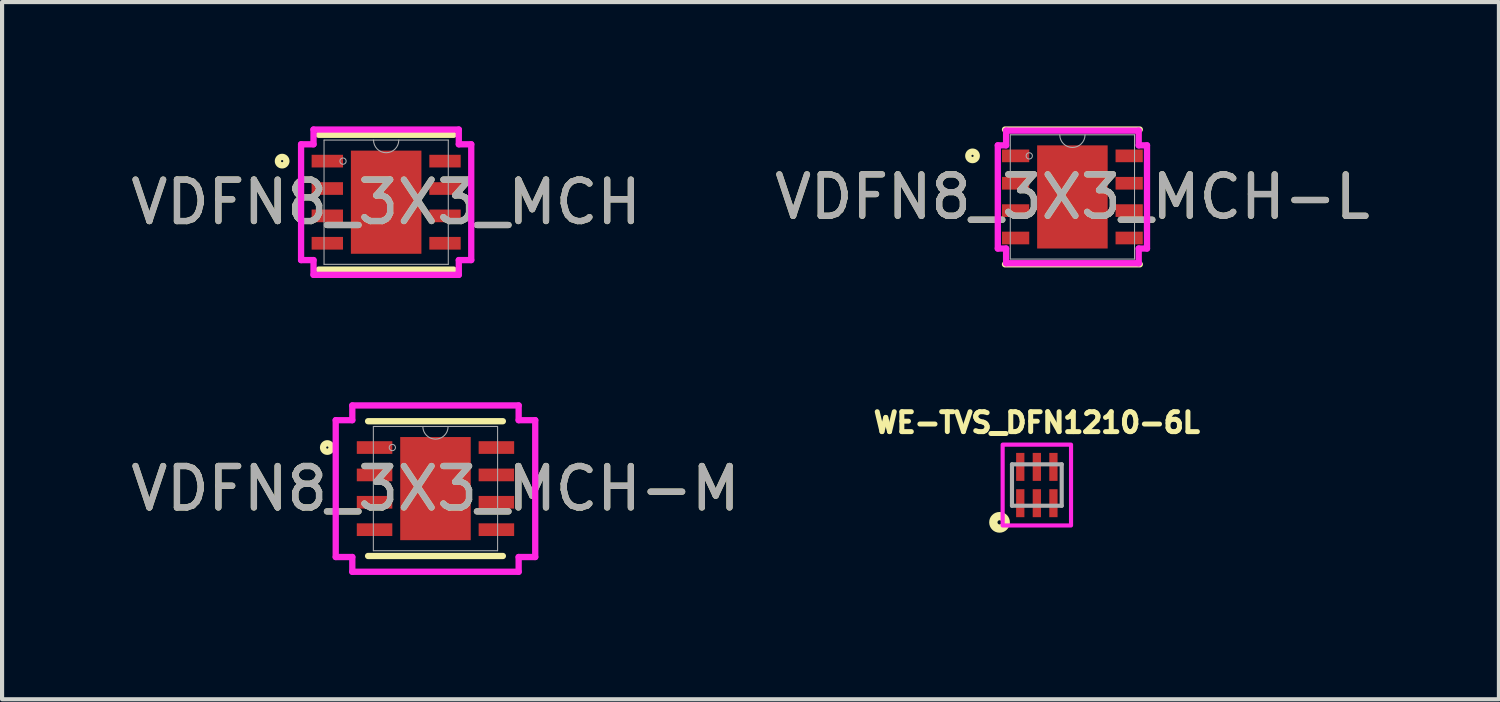
<source format=kicad_pcb>
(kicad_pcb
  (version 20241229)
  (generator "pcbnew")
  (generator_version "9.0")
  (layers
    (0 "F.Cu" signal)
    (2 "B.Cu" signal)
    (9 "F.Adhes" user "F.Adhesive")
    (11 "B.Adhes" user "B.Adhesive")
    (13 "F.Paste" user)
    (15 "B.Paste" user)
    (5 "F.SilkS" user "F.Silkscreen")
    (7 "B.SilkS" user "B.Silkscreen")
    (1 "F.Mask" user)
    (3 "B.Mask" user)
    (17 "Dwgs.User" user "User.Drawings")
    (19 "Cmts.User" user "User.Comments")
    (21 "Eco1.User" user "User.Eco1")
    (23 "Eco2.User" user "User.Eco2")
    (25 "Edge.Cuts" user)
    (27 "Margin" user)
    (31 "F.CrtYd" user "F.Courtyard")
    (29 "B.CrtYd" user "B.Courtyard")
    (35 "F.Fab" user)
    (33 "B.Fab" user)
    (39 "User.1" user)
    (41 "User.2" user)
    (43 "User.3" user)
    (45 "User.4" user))
  (footprint "VDFN8_3X3_MCH"
    (layer "F.Cu")
    (at 6.268 1.829)
    (property "Reference" "VDFN8_3X3_MCH" (at 0 0 0) (unlocked yes) (layer "F.SilkS") (effects (font (size 1 1) (thickness 0.15))))
    (attr smd)
    (fp_line (start -1.626 1.626) (end 1.626 1.626) (stroke (width 0.152) (type solid)) (layer "F.SilkS"))
    (fp_line (start 1.626 -1.626) (end -1.626 -1.626) (stroke (width 0.152) (type solid)) (layer "F.SilkS"))
    (fp_circle (center -2.51 -0.991) (end -2.408 -0.991) (stroke (width 0.152) (type solid)) (fill no) (layer "F.SilkS"))
    (fp_line (start -2.053 -1.397) (end -1.753 -1.397) (stroke (width 0.152) (type solid)) (layer "F.CrtYd"))
    (fp_line (start -2.053 1.397) (end -2.053 -1.397) (stroke (width 0.152) (type solid)) (layer "F.CrtYd"))
    (fp_line (start -2.053 1.397) (end -1.753 1.397) (stroke (width 0.152) (type solid)) (layer "F.CrtYd"))
    (fp_line (start -1.753 -1.753) (end 1.753 -1.753) (stroke (width 0.152) (type solid)) (layer "F.CrtYd"))
    (fp_line (start -1.753 -1.397) (end -1.753 -1.753) (stroke (width 0.152) (type solid)) (layer "F.CrtYd"))
    (fp_line (start -1.753 1.753) (end -1.753 1.397) (stroke (width 0.152) (type solid)) (layer "F.CrtYd"))
    (fp_line (start 1.753 -1.753) (end 1.753 -1.397) (stroke (width 0.152) (type solid)) (layer "F.CrtYd"))
    (fp_line (start 1.753 1.397) (end 1.753 1.753) (stroke (width 0.152) (type solid)) (layer "F.CrtYd"))
    (fp_line (start 1.753 1.753) (end -1.753 1.753) (stroke (width 0.152) (type solid)) (layer "F.CrtYd"))
    (fp_line (start 2.053 -1.397) (end 1.753 -1.397) (stroke (width 0.152) (type solid)) (layer "F.CrtYd"))
    (fp_line (start 2.053 -1.397) (end 2.053 1.397) (stroke (width 0.152) (type solid)) (layer "F.CrtYd"))
    (fp_line (start 2.053 1.397) (end 1.753 1.397) (stroke (width 0.152) (type solid)) (layer "F.CrtYd"))
    (fp_line (start -1.499 -1.499) (end -1.499 1.499) (stroke (width 0.025) (type solid)) (layer "F.Fab"))
    (fp_line (start -1.499 1.499) (end 1.499 1.499) (stroke (width 0.025) (type solid)) (layer "F.Fab"))
    (fp_line (start 1.499 -1.499) (end -1.499 -1.499) (stroke (width 0.025) (type solid)) (layer "F.Fab"))
    (fp_line (start 1.499 1.499) (end 1.499 -1.499) (stroke (width 0.025) (type solid)) (layer "F.Fab"))
    (fp_arc (start 0.3048 -1.4986) (mid 0 -1.1938) (end -0.3048 -1.4986) (stroke (width 0.0254) (type solid)) (layer "F.Fab"))
    (fp_circle (center -1.041 -0.991) (end -0.965 -0.991) (stroke (width 0.025) (type solid)) (fill no) (layer "F.Fab"))
    (fp_text user "${REFERENCE}" (at 0 0 0) (unlocked yes) (layer "F.Fab") (effects (font (size 1 1) (thickness 0.15))))
    (pad "1" smd rect (at -1.42 -0.991) (size 0.757 0.306) (layers "F.Cu" "F.Mask" "F.Paste"))
    (pad "2" smd rect (at -1.42 -0.33) (size 0.757 0.306) (layers "F.Cu" "F.Mask" "F.Paste"))
    (pad "3" smd rect (at -1.42 0.33) (size 0.757 0.306) (layers "F.Cu" "F.Mask" "F.Paste"))
    (pad "4" smd rect (at -1.42 0.991) (size 0.757 0.306) (layers "F.Cu" "F.Mask" "F.Paste"))
    (pad "5" smd rect (at 1.42 0.991) (size 0.757 0.306) (layers "F.Cu" "F.Mask" "F.Paste"))
    (pad "6" smd rect (at 1.42 0.33) (size 0.757 0.306) (layers "F.Cu" "F.Mask" "F.Paste"))
    (pad "7" smd rect (at 1.42 -0.33) (size 0.757 0.306) (layers "F.Cu" "F.Mask" "F.Paste"))
    (pad "8" smd rect (at 1.42 -0.991) (size 0.757 0.306) (layers "F.Cu" "F.Mask" "F.Paste"))
    (pad "9" smd rect (at 0 0) (size 1.702 2.489) (layers "F.Cu" "F.Mask" "F.Paste")))
  (footprint "VDFN8_3X3_MCH-M"
    (layer "F.Cu")
    (at 7.458 8.74)
    (property "Reference" "VDFN8_3X3_MCH-M" (at 0 0 0) (unlocked yes) (layer "F.SilkS") (effects (font (size 1 1) (thickness 0.15))))
    (attr smd)
    (fp_line (start -1.626 1.626) (end 1.626 1.626) (stroke (width 0.152) (type solid)) (layer "F.SilkS"))
    (fp_line (start 1.626 -1.626) (end -1.626 -1.626) (stroke (width 0.152) (type solid)) (layer "F.SilkS"))
    (fp_circle (center -2.61 -0.991) (end -2.508 -0.991) (stroke (width 0.152) (type solid)) (fill no) (layer "F.SilkS"))
    (fp_line (start -2.407 -1.651) (end -2.007 -1.651) (stroke (width 0.152) (type solid)) (layer "F.CrtYd"))
    (fp_line (start -2.407 1.651) (end -2.407 -1.651) (stroke (width 0.152) (type solid)) (layer "F.CrtYd"))
    (fp_line (start -2.407 1.651) (end -2.007 1.651) (stroke (width 0.152) (type solid)) (layer "F.CrtYd"))
    (fp_line (start -2.007 -2.007) (end 2.007 -2.007) (stroke (width 0.152) (type solid)) (layer "F.CrtYd"))
    (fp_line (start -2.007 -1.651) (end -2.007 -2.007) (stroke (width 0.152) (type solid)) (layer "F.CrtYd"))
    (fp_line (start -2.007 2.007) (end -2.007 1.651) (stroke (width 0.152) (type solid)) (layer "F.CrtYd"))
    (fp_line (start 2.007 -2.007) (end 2.007 -1.651) (stroke (width 0.152) (type solid)) (layer "F.CrtYd"))
    (fp_line (start 2.007 1.651) (end 2.007 2.007) (stroke (width 0.152) (type solid)) (layer "F.CrtYd"))
    (fp_line (start 2.007 2.007) (end -2.007 2.007) (stroke (width 0.152) (type solid)) (layer "F.CrtYd"))
    (fp_line (start 2.407 -1.651) (end 2.007 -1.651) (stroke (width 0.152) (type solid)) (layer "F.CrtYd"))
    (fp_line (start 2.407 -1.651) (end 2.407 1.651) (stroke (width 0.152) (type solid)) (layer "F.CrtYd"))
    (fp_line (start 2.407 1.651) (end 2.007 1.651) (stroke (width 0.152) (type solid)) (layer "F.CrtYd"))
    (fp_line (start -1.499 -1.499) (end -1.499 1.499) (stroke (width 0.025) (type solid)) (layer "F.Fab"))
    (fp_line (start -1.499 1.499) (end 1.499 1.499) (stroke (width 0.025) (type solid)) (layer "F.Fab"))
    (fp_line (start 1.499 -1.499) (end -1.499 -1.499) (stroke (width 0.025) (type solid)) (layer "F.Fab"))
    (fp_line (start 1.499 1.499) (end 1.499 -1.499) (stroke (width 0.025) (type solid)) (layer "F.Fab"))
    (fp_arc (start 0.3048 -1.4986) (mid 0 -1.1938) (end -0.3048 -1.4986) (stroke (width 0.0254) (type solid)) (layer "F.Fab"))
    (fp_circle (center -1.041 -0.991) (end -0.965 -0.991) (stroke (width 0.025) (type solid)) (fill no) (layer "F.Fab"))
    (fp_text user "${REFERENCE}" (at 0 0 0) (unlocked yes) (layer "F.Fab") (effects (font (size 1 1) (thickness 0.15))))
    (pad "1" smd rect (at -1.47 -0.991) (size 0.857 0.306) (layers "F.Cu" "F.Mask" "F.Paste"))
    (pad "2" smd rect (at -1.47 -0.33) (size 0.857 0.306) (layers "F.Cu" "F.Mask" "F.Paste"))
    (pad "3" smd rect (at -1.47 0.33) (size 0.857 0.306) (layers "F.Cu" "F.Mask" "F.Paste"))
    (pad "4" smd rect (at -1.47 0.991) (size 0.857 0.306) (layers "F.Cu" "F.Mask" "F.Paste"))
    (pad "5" smd rect (at 1.47 0.991) (size 0.857 0.306) (layers "F.Cu" "F.Mask" "F.Paste"))
    (pad "6" smd rect (at 1.47 0.33) (size 0.857 0.306) (layers "F.Cu" "F.Mask" "F.Paste"))
    (pad "7" smd rect (at 1.47 -0.33) (size 0.857 0.306) (layers "F.Cu" "F.Mask" "F.Paste"))
    (pad "8" smd rect (at 1.47 -0.991) (size 0.857 0.306) (layers "F.Cu" "F.Mask" "F.Paste"))
    (pad "9" smd rect (at 0 0) (size 1.702 2.489) (layers "F.Cu" "F.Mask" "F.Paste")))
  (footprint "WE-TVS_DFN1210-6L"
    (layer "F.Cu")
    (at 21.969 8.654)
    (property "Reference" "WE-TVS_DFN1210-6L" (at 0 -1.505 0) (layer "F.SilkS") (effects (font (size 0.48 0.48) (thickness 0.15))))
    (attr smd)
    (fp_circle (center -0.9 0.9) (end -0.85 0.9) (stroke (width 0.2) (type solid)) (fill no) (layer "F.SilkS"))
    (fp_poly (pts (xy -0.825 -0.975) (xy 0.825 -0.975) (xy 0.825 0.975) (xy -0.825 0.975)) (stroke (width 0.1) (type solid)) (fill no) (layer "F.CrtYd"))
    (fp_line (start -0.6 -0.5) (end 0.6 -0.5) (stroke (width 0.1) (type solid)) (layer "F.Fab"))
    (fp_line (start -0.6 0.5) (end -0.6 -0.5) (stroke (width 0.1) (type solid)) (layer "F.Fab"))
    (fp_line (start 0.6 -0.5) (end 0.6 0.5) (stroke (width 0.1) (type solid)) (layer "F.Fab"))
    (fp_line (start 0.6 0.5) (end -0.6 0.5) (stroke (width 0.1) (type solid)) (layer "F.Fab"))
    (pad "1" smd rect (at -0.4 0.438) (size 0.2 0.675) (layers "F.Cu" "F.Mask" "F.Paste"))
    (pad "2" smd rect (at 0 0.438) (size 0.2 0.675) (layers "F.Cu" "F.Mask" "F.Paste"))
    (pad "3" smd rect (at 0.4 0.438) (size 0.2 0.675) (layers "F.Cu" "F.Mask" "F.Paste"))
    (pad "4" smd rect (at 0.4 -0.438) (size 0.2 0.675) (layers "F.Cu" "F.Mask" "F.Paste"))
    (pad "5" smd rect (at 0 -0.438) (size 0.2 0.675) (layers "F.Cu" "F.Mask" "F.Paste"))
    (pad "6" smd rect (at -0.4 -0.438) (size 0.2 0.675) (layers "F.Cu" "F.Mask" "F.Paste")))
  (footprint "VDFN8_3X3_MCH-L"
    (layer "F.Cu")
    (at 22.827 1.702)
    (property "Reference" "VDFN8_3X3_MCH-L" (at 0 0 0) (unlocked yes) (layer "F.SilkS") (effects (font (size 1 1) (thickness 0.15))))
    (attr smd)
    (fp_line (start -1.626 1.626) (end 1.626 1.626) (stroke (width 0.152) (type solid)) (layer "F.SilkS"))
    (fp_line (start 1.626 -1.626) (end -1.626 -1.626) (stroke (width 0.152) (type solid)) (layer "F.SilkS"))
    (fp_circle (center -2.41 -0.991) (end -2.308 -0.991) (stroke (width 0.152) (type solid)) (fill no) (layer "F.SilkS"))
    (fp_line (start -1.8 -1.245) (end -1.6 -1.245) (stroke (width 0.152) (type solid)) (layer "F.CrtYd"))
    (fp_line (start -1.8 1.245) (end -1.8 -1.245) (stroke (width 0.152) (type solid)) (layer "F.CrtYd"))
    (fp_line (start -1.8 1.245) (end -1.6 1.245) (stroke (width 0.152) (type solid)) (layer "F.CrtYd"))
    (fp_line (start -1.6 -1.6) (end 1.6 -1.6) (stroke (width 0.152) (type solid)) (layer "F.CrtYd"))
    (fp_line (start -1.6 -1.245) (end -1.6 -1.6) (stroke (width 0.152) (type solid)) (layer "F.CrtYd"))
    (fp_line (start -1.6 1.6) (end -1.6 1.245) (stroke (width 0.152) (type solid)) (layer "F.CrtYd"))
    (fp_line (start 1.6 -1.6) (end 1.6 -1.245) (stroke (width 0.152) (type solid)) (layer "F.CrtYd"))
    (fp_line (start 1.6 1.245) (end 1.6 1.6) (stroke (width 0.152) (type solid)) (layer "F.CrtYd"))
    (fp_line (start 1.6 1.6) (end -1.6 1.6) (stroke (width 0.152) (type solid)) (layer "F.CrtYd"))
    (fp_line (start 1.8 -1.245) (end 1.6 -1.245) (stroke (width 0.152) (type solid)) (layer "F.CrtYd"))
    (fp_line (start 1.8 -1.245) (end 1.8 1.245) (stroke (width 0.152) (type solid)) (layer "F.CrtYd"))
    (fp_line (start 1.8 1.245) (end 1.6 1.245) (stroke (width 0.152) (type solid)) (layer "F.CrtYd"))
    (fp_line (start -1.499 -1.499) (end -1.499 1.499) (stroke (width 0.025) (type solid)) (layer "F.Fab"))
    (fp_line (start -1.499 1.499) (end 1.499 1.499) (stroke (width 0.025) (type solid)) (layer "F.Fab"))
    (fp_line (start 1.499 -1.499) (end -1.499 -1.499) (stroke (width 0.025) (type solid)) (layer "F.Fab"))
    (fp_line (start 1.499 1.499) (end 1.499 -1.499) (stroke (width 0.025) (type solid)) (layer "F.Fab"))
    (fp_arc (start 0.3048 -1.4986) (mid 0 -1.1938) (end -0.3048 -1.4986) (stroke (width 0.0254) (type solid)) (layer "F.Fab"))
    (fp_circle (center -1.041 -0.991) (end -0.965 -0.991) (stroke (width 0.025) (type solid)) (fill no) (layer "F.Fab"))
    (fp_text user "${REFERENCE}" (at 0 0 0) (unlocked yes) (layer "F.Fab") (effects (font (size 1 1) (thickness 0.15))))
    (pad "1" smd rect (at -1.37 -0.991) (size 0.657 0.306) (layers "F.Cu" "F.Mask" "F.Paste"))
    (pad "2" smd rect (at -1.37 -0.33) (size 0.657 0.306) (layers "F.Cu" "F.Mask" "F.Paste"))
    (pad "3" smd rect (at -1.37 0.33) (size 0.657 0.306) (layers "F.Cu" "F.Mask" "F.Paste"))
    (pad "4" smd rect (at -1.37 0.991) (size 0.657 0.306) (layers "F.Cu" "F.Mask" "F.Paste"))
    (pad "5" smd rect (at 1.37 0.991) (size 0.657 0.306) (layers "F.Cu" "F.Mask" "F.Paste"))
    (pad "6" smd rect (at 1.37 0.33) (size 0.657 0.306) (layers "F.Cu" "F.Mask" "F.Paste"))
    (pad "7" smd rect (at 1.37 -0.33) (size 0.657 0.306) (layers "F.Cu" "F.Mask" "F.Paste"))
    (pad "8" smd rect (at 1.37 -0.991) (size 0.657 0.306) (layers "F.Cu" "F.Mask" "F.Paste"))
    (pad "9" smd rect (at 0 0) (size 1.702 2.489) (layers "F.Cu" "F.Mask" "F.Paste")))
  (gr_rect
    (start -3 -3)
    (end 33.119 13.823)
    (stroke (width 0.1) (type default))
    (fill no)
    (layer "Edge.Cuts")))
</source>
